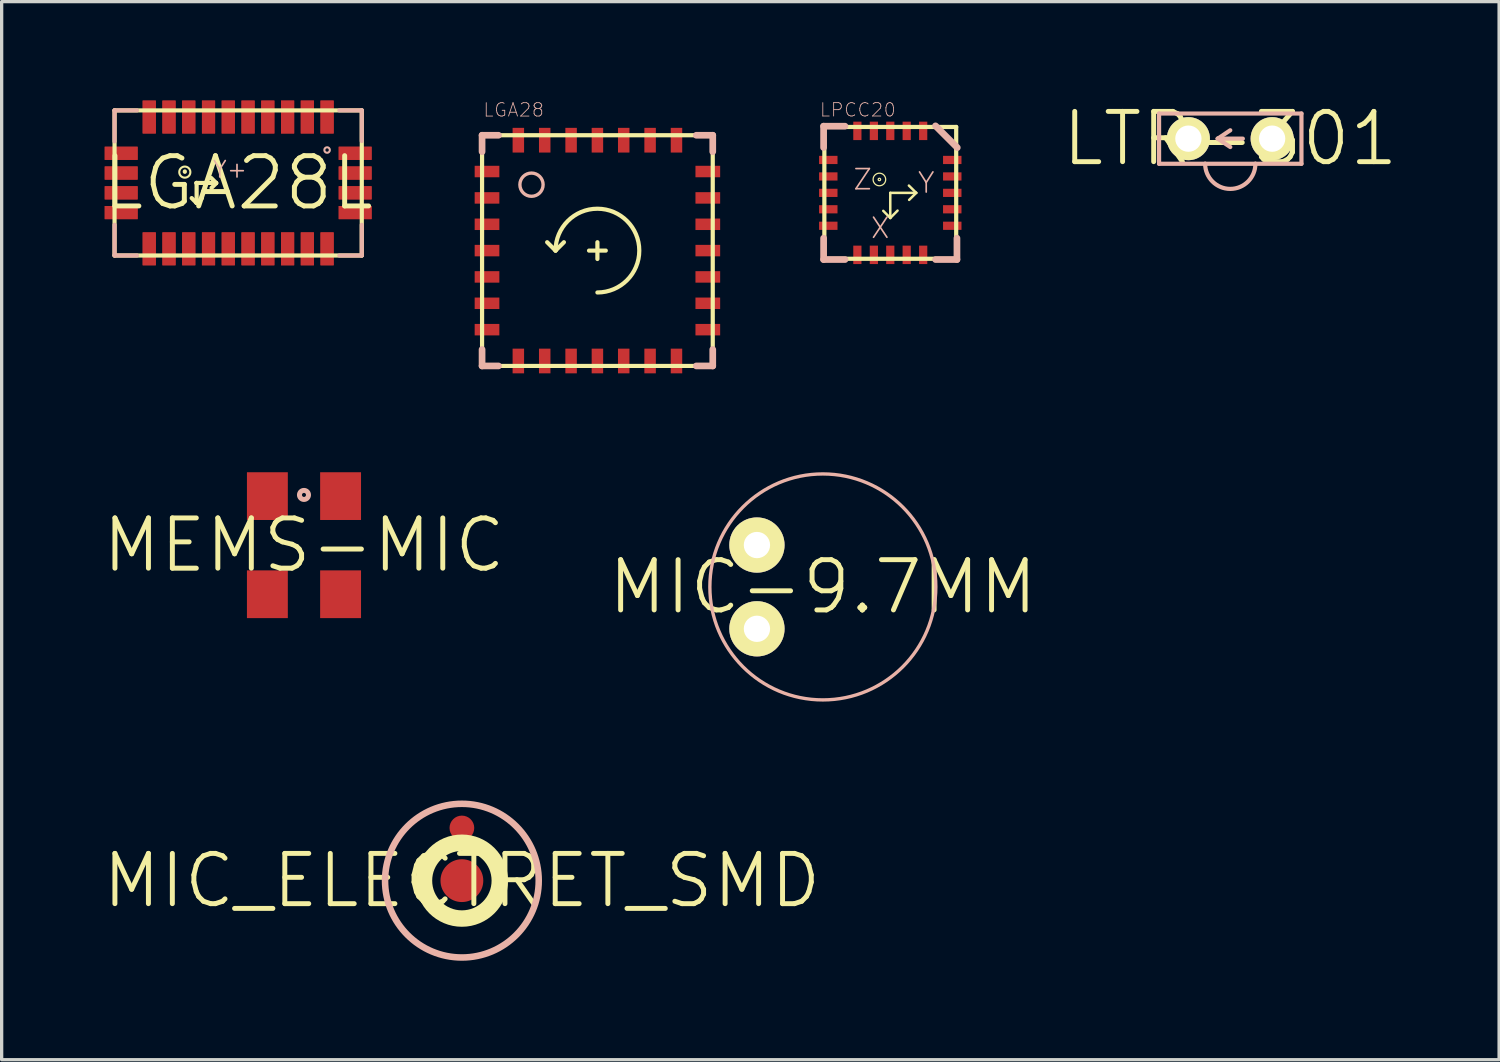
<source format=kicad_pcb>
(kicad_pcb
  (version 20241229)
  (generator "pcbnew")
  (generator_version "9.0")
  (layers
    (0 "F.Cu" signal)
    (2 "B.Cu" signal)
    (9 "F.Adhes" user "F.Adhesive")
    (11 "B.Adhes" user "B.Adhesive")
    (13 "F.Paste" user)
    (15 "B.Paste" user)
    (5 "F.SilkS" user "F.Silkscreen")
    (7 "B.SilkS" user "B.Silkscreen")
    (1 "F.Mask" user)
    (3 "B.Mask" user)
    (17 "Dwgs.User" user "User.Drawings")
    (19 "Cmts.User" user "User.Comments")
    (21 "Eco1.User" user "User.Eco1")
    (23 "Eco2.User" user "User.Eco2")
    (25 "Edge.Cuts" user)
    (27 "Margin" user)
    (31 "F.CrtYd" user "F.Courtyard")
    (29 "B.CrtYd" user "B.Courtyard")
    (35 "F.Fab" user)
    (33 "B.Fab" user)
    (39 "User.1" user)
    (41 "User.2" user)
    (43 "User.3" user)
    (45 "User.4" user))
  (footprint "LPCC20"
    (layer "F.Cu")
    (at 23.95 2.799)
    (property "Reference" "LPCC20" (at -0.983 -2.517 0) (layer "B.SilkS") (effects (font (size 0.406 0.406) (thickness 0.025))))
    (attr smd)
    (fp_line (start -1.999 -1.999) (end 1.999 -1.999) (stroke (width 0.127) (type solid)) (layer "F.SilkS"))
    (fp_line (start -1.999 1.999) (end -1.999 -1.999) (stroke (width 0.127) (type solid)) (layer "F.SilkS"))
    (fp_line (start 0 0) (end 0 0.762) (stroke (width 0.076) (type solid)) (layer "F.SilkS"))
    (fp_line (start 0 0) (end 0.787 0) (stroke (width 0.076) (type solid)) (layer "F.SilkS"))
    (fp_line (start 0 0.762) (end -0.213 0.546) (stroke (width 0.076) (type solid)) (layer "F.SilkS"))
    (fp_line (start 0 0.762) (end 0.221 0.538) (stroke (width 0.076) (type solid)) (layer "F.SilkS"))
    (fp_line (start 0.787 0) (end 0.564 -0.221) (stroke (width 0.076) (type solid)) (layer "F.SilkS"))
    (fp_line (start 0.787 0) (end 0.572 0.213) (stroke (width 0.076) (type solid)) (layer "F.SilkS"))
    (fp_line (start 1.999 -1.999) (end 1.999 1.999) (stroke (width 0.127) (type solid)) (layer "F.SilkS"))
    (fp_line (start 1.999 1.999) (end -1.999 1.999) (stroke (width 0.127) (type solid)) (layer "F.SilkS"))
    (fp_circle (center -0.33 -0.406) (end -0.465 -0.541) (stroke (width 0.038) (type solid)) (fill no) (layer "F.SilkS"))
    (fp_circle (center -0.33 -0.406) (end -0.343 -0.419) (stroke (width 0.038) (type solid)) (fill no) (layer "F.SilkS"))
    (fp_line (start -2.022 -2.022) (end -2.022 -1.374) (stroke (width 0.203) (type solid)) (layer "B.SilkS"))
    (fp_line (start -2.022 2.022) (end -2.022 1.374) (stroke (width 0.203) (type solid)) (layer "B.SilkS"))
    (fp_line (start -1.374 -2.022) (end -2.022 -2.022) (stroke (width 0.203) (type solid)) (layer "B.SilkS"))
    (fp_line (start -1.372 2.022) (end -2.022 2.022) (stroke (width 0.203) (type solid)) (layer "B.SilkS"))
    (fp_line (start 1.372 -2.032) (end 2.032 -1.372) (stroke (width 0.203) (type solid)) (layer "B.SilkS"))
    (fp_line (start 2.022 1.374) (end 2.022 2.022) (stroke (width 0.203) (type solid)) (layer "B.SilkS"))
    (fp_line (start 2.022 2.022) (end 1.374 2.022) (stroke (width 0.203) (type solid)) (layer "B.SilkS"))
    (fp_text user "X" (at -0.305 1.067 180) (layer "B.SilkS") (effects (font (size 0.61 0.61) (thickness 0.051))))
    (fp_text user "Y" (at 1.09 -0.305 0) (layer "B.SilkS") (effects (font (size 0.61 0.61) (thickness 0.051))))
    (fp_text user "Z" (at -0.838 -0.406 0) (layer "B.SilkS") (effects (font (size 0.61 0.61) (thickness 0.051))))
    (pad "1" smd rect (at 0.998 -1.88) (size 0.249 0.559) (layers "F.Cu" "F.Mask" "F.Paste"))
    (pad "2" smd rect (at 0.498 -1.88) (size 0.249 0.559) (layers "F.Cu" "F.Mask" "F.Paste"))
    (pad "3" smd rect (at 0 -1.88 180) (size 0.249 0.559) (layers "F.Cu" "F.Mask" "F.Paste"))
    (pad "4" smd rect (at -0.498 -1.88) (size 0.249 0.559) (layers "F.Cu" "F.Mask" "F.Paste"))
    (pad "5" smd rect (at -0.998 -1.88) (size 0.249 0.559) (layers "F.Cu" "F.Mask" "F.Paste"))
    (pad "6" smd rect (at -1.88 -0.998 90) (size 0.249 0.559) (layers "F.Cu" "F.Mask" "F.Paste"))
    (pad "7" smd rect (at -1.88 -0.498 90) (size 0.249 0.559) (layers "F.Cu" "F.Mask" "F.Paste"))
    (pad "8" smd rect (at -1.88 0 270) (size 0.249 0.559) (layers "F.Cu" "F.Mask" "F.Paste"))
    (pad "9" smd rect (at -1.88 0.498 90) (size 0.249 0.559) (layers "F.Cu" "F.Mask" "F.Paste"))
    (pad "10" smd rect (at -1.88 0.998 90) (size 0.249 0.559) (layers "F.Cu" "F.Mask" "F.Paste"))
    (pad "11" smd rect (at -0.998 1.88 180) (size 0.249 0.559) (layers "F.Cu" "F.Mask" "F.Paste"))
    (pad "12" smd rect (at -0.498 1.88 180) (size 0.249 0.559) (layers "F.Cu" "F.Mask" "F.Paste"))
    (pad "13" smd rect (at 0 1.88) (size 0.249 0.559) (layers "F.Cu" "F.Mask" "F.Paste"))
    (pad "14" smd rect (at 0.498 1.88 180) (size 0.249 0.559) (layers "F.Cu" "F.Mask" "F.Paste"))
    (pad "15" smd rect (at 0.998 1.88 180) (size 0.249 0.559) (layers "F.Cu" "F.Mask" "F.Paste"))
    (pad "16" smd rect (at 1.88 0.998 270) (size 0.249 0.559) (layers "F.Cu" "F.Mask" "F.Paste"))
    (pad "17" smd rect (at 1.88 0.498 270) (size 0.249 0.559) (layers "F.Cu" "F.Mask" "F.Paste"))
    (pad "18" smd rect (at 1.88 0 90) (size 0.249 0.559) (layers "F.Cu" "F.Mask" "F.Paste"))
    (pad "19" smd rect (at 1.88 -0.498 270) (size 0.249 0.559) (layers "F.Cu" "F.Mask" "F.Paste"))
    (pad "20" smd rect (at 1.88 -0.998 270) (size 0.249 0.559) (layers "F.Cu" "F.Mask" "F.Paste")))
  (footprint "MIC_ELECTRET_SMD"
    (layer "F.Cu")
    (at 10.958 23.658)
    (property "Reference" "MIC_ELECTRET_SMD" (at 0 0 0) (layer "F.SilkS") (effects (font (size 1.524 1.524) (thickness 0.15))))
    (attr smd)
    (fp_circle (center 0 0) (end -0.81 0.81) (stroke (width 0.373) (type solid)) (fill no) (layer "B.Cu"))
    (fp_circle (center 0 0) (end -0.813 0.813) (stroke (width 0.498) (type solid)) (fill no) (layer "F.SilkS"))
    (fp_circle (center 0 0) (end -0.81 0.81) (stroke (width 0.373) (type solid)) (fill no) (layer "F.SilkS"))
    (fp_circle (center 0 0) (end -1.648 1.648) (stroke (width 0.198) (type solid)) (fill no) (layer "B.SilkS"))
    (pad "1" smd circle (at 0 0) (size 1.298 1.298) (layers "F.Cu" "F.Mask" "F.Paste"))
    (pad "2" smd circle (at 0 -1.598) (size 0.749 0.749) (layers "F.Cu" "F.Mask" "F.Paste")))
  (footprint "LTR-301"
    (layer "F.Cu")
    (at 34.261 1.155)
    (property "Reference" "LTR-301" (at 0 0 0) (layer "F.SilkS") (effects (font (size 1.524 1.524) (thickness 0.15))))
    (attr exclude_from_pos_files exclude_from_bom)
    (fp_line (start -2.159 -0.762) (end 2.159 -0.762) (stroke (width 0.127) (type solid)) (layer "B.SilkS"))
    (fp_line (start -2.159 0.762) (end -2.159 -0.762) (stroke (width 0.127) (type solid)) (layer "B.SilkS"))
    (fp_line (start -0.762 0.762) (end -2.159 0.762) (stroke (width 0.127) (type solid)) (layer "B.SilkS"))
    (fp_line (start -0.381 0) (end 0.381 0) (stroke (width 0.127) (type solid)) (layer "B.SilkS"))
    (fp_line (start 0 -0.254) (end -0.381 0) (stroke (width 0.127) (type solid)) (layer "B.SilkS"))
    (fp_line (start 0 0.254) (end -0.381 0) (stroke (width 0.127) (type solid)) (layer "B.SilkS"))
    (fp_line (start 0.762 0.762) (end -0.762 0.762) (stroke (width 0.127) (type solid)) (layer "B.SilkS"))
    (fp_line (start 2.159 -0.762) (end 2.159 0.762) (stroke (width 0.127) (type solid)) (layer "B.SilkS"))
    (fp_line (start 2.159 0.762) (end 0.762 0.762) (stroke (width 0.127) (type solid)) (layer "B.SilkS"))
    (fp_arc (start 0.762 0.762) (mid 0 1.524) (end -0.762 0.762) (stroke (width 0.127) (type solid)) (layer "B.SilkS"))
    (pad "C" thru_hole circle (at 1.27 0) (size 1.306 1.306) (drill 0.798) (layers "*.Cu" "F.Mask" "F.SilkS" "F.Paste"))
    (pad "E" thru_hole circle (at -1.27 0) (size 1.306 1.306) (drill 0.798) (layers "*.Cu" "F.Mask" "F.SilkS" "F.Paste")))
  (footprint "MIC-9.7MM"
    (layer "F.Cu")
    (at 21.905 14.75)
    (property "Reference" "MIC-9.7MM" (at 0 0 0) (layer "F.SilkS") (effects (font (size 1.524 1.524) (thickness 0.15))))
    (attr exclude_from_pos_files exclude_from_bom)
    (fp_circle (center 0 0) (end -2.423 2.423) (stroke (width 0.102) (type solid)) (fill no) (layer "B.SilkS"))
    (pad "1" thru_hole circle (at -1.999 -1.27) (size 1.676 1.676) (drill 0.798) (layers "*.Cu" "F.Mask" "F.SilkS" "F.Paste"))
    (pad "2" thru_hole circle (at -1.999 1.27) (size 1.676 1.676) (drill 0.798) (layers "*.Cu" "F.Mask" "F.SilkS" "F.Paste")))
  (footprint "MEMS-MIC"
    (layer "F.Cu")
    (at 6.169 13.484)
    (property "Reference" "MEMS-MIC" (at 0 0 0) (layer "F.SilkS") (effects (font (size 1.524 1.524) (thickness 0.15))))
    (attr smd)
    (fp_circle (center 0 -1.524) (end -0.043 -1.567) (stroke (width 0.152) (type solid)) (fill no) (layer "B.SilkS"))
    (pad "1" smd rect (at -1.11 -1.488) (size 1.24 1.448) (layers "F.Cu" "F.Mask" "F.Paste"))
    (pad "2" smd rect (at -1.11 1.488) (size 1.24 1.448) (layers "F.Cu" "F.Mask" "F.Paste"))
    (pad "3" smd rect (at 1.11 1.488) (size 1.24 1.448) (layers "F.Cu" "F.Mask" "F.Paste"))
    (pad "4" smd rect (at 1.11 -1.488) (size 1.24 1.448) (layers "F.Cu" "F.Mask" "F.Paste")))
  (footprint "LGA28"
    (layer "F.Cu")
    (at 15.068 4.55)
    (property "Reference" "LGA28" (at -2.54 -4.267 0) (layer "B.SilkS") (effects (font (size 0.406 0.406) (thickness 0.025))))
    (attr smd)
    (fp_line (start -3.498 -3.498) (end 3.498 -3.498) (stroke (width 0.127) (type solid)) (layer "F.SilkS"))
    (fp_line (start -3.498 3.498) (end -3.498 -3.498) (stroke (width 0.127) (type solid)) (layer "F.SilkS"))
    (fp_line (start -1.27 0) (end -1.524 -0.254) (stroke (width 0.127) (type solid)) (layer "F.SilkS"))
    (fp_line (start -1.27 0) (end -1.016 -0.254) (stroke (width 0.127) (type solid)) (layer "F.SilkS"))
    (fp_line (start 0 -0.254) (end 0 0.254) (stroke (width 0.127) (type solid)) (layer "F.SilkS"))
    (fp_line (start 0.254 0) (end -0.254 0) (stroke (width 0.127) (type solid)) (layer "F.SilkS"))
    (fp_line (start 3.498 -3.498) (end 3.498 3.498) (stroke (width 0.127) (type solid)) (layer "F.SilkS"))
    (fp_line (start 3.498 3.498) (end -3.498 3.498) (stroke (width 0.127) (type solid)) (layer "F.SilkS"))
    (fp_arc (start -1.27 0) (mid 0.898026 -0.898026) (end 0 1.27) (stroke (width 0.127) (type solid)) (layer "F.SilkS"))
    (fp_line (start -3.498 -3.498) (end -3.498 -3) (stroke (width 0.203) (type solid)) (layer "B.SilkS"))
    (fp_line (start -3.498 3) (end -3.498 3.498) (stroke (width 0.203) (type solid)) (layer "B.SilkS"))
    (fp_line (start -3.498 3.498) (end -3 3.498) (stroke (width 0.203) (type solid)) (layer "B.SilkS"))
    (fp_line (start -3 -3.498) (end -3.498 -3.498) (stroke (width 0.203) (type solid)) (layer "B.SilkS"))
    (fp_line (start 3 -3.498) (end 3.498 -3.498) (stroke (width 0.203) (type solid)) (layer "B.SilkS"))
    (fp_line (start 3.498 -3.498) (end 3.498 -3) (stroke (width 0.203) (type solid)) (layer "B.SilkS"))
    (fp_line (start 3.498 3) (end 3.498 3.498) (stroke (width 0.203) (type solid)) (layer "B.SilkS"))
    (fp_line (start 3.498 3.498) (end 3 3.498) (stroke (width 0.203) (type solid)) (layer "B.SilkS"))
    (fp_circle (center -1.999 -1.999) (end -2.248 -2.248) (stroke (width 0.102) (type solid)) (fill no) (layer "B.SilkS"))
    (pad "1" smd rect (at -3.348 -2.398 270) (size 0.348 0.749) (layers "F.Cu" "F.Mask" "F.Paste"))
    (pad "2" smd rect (at -3.348 -1.598 270) (size 0.348 0.749) (layers "F.Cu" "F.Mask" "F.Paste"))
    (pad "3" smd rect (at -3.348 -0.798 270) (size 0.348 0.749) (layers "F.Cu" "F.Mask" "F.Paste"))
    (pad "4" smd rect (at -3.348 0 270) (size 0.348 0.749) (layers "F.Cu" "F.Mask" "F.Paste"))
    (pad "5" smd rect (at -3.348 0.798 270) (size 0.348 0.749) (layers "F.Cu" "F.Mask" "F.Paste"))
    (pad "6" smd rect (at -3.348 1.598 270) (size 0.348 0.749) (layers "F.Cu" "F.Mask" "F.Paste"))
    (pad "7" smd rect (at -3.348 2.398 270) (size 0.348 0.749) (layers "F.Cu" "F.Mask" "F.Paste"))
    (pad "8" smd rect (at -2.398 3.348) (size 0.348 0.749) (layers "F.Cu" "F.Mask" "F.Paste"))
    (pad "9" smd rect (at -1.598 3.348) (size 0.348 0.749) (layers "F.Cu" "F.Mask" "F.Paste"))
    (pad "10" smd rect (at -0.798 3.348) (size 0.348 0.749) (layers "F.Cu" "F.Mask" "F.Paste"))
    (pad "11" smd rect (at 0 3.348) (size 0.348 0.749) (layers "F.Cu" "F.Mask" "F.Paste"))
    (pad "12" smd rect (at 0.798 3.348) (size 0.348 0.749) (layers "F.Cu" "F.Mask" "F.Paste"))
    (pad "13" smd rect (at 1.598 3.348) (size 0.348 0.749) (layers "F.Cu" "F.Mask" "F.Paste"))
    (pad "14" smd rect (at 2.398 3.348) (size 0.348 0.749) (layers "F.Cu" "F.Mask" "F.Paste"))
    (pad "15" smd rect (at 3.348 2.398 90) (size 0.348 0.749) (layers "F.Cu" "F.Mask" "F.Paste"))
    (pad "16" smd rect (at 3.348 1.598 90) (size 0.348 0.749) (layers "F.Cu" "F.Mask" "F.Paste"))
    (pad "17" smd rect (at 3.348 0.798 90) (size 0.348 0.749) (layers "F.Cu" "F.Mask" "F.Paste"))
    (pad "18" smd rect (at 3.348 0 90) (size 0.348 0.749) (layers "F.Cu" "F.Mask" "F.Paste"))
    (pad "19" smd rect (at 3.348 -0.798 90) (size 0.348 0.749) (layers "F.Cu" "F.Mask" "F.Paste"))
    (pad "20" smd rect (at 3.348 -1.598 90) (size 0.348 0.749) (layers "F.Cu" "F.Mask" "F.Paste"))
    (pad "21" smd rect (at 3.348 -2.398 90) (size 0.348 0.749) (layers "F.Cu" "F.Mask" "F.Paste"))
    (pad "22" smd rect (at 2.398 -3.348 180) (size 0.348 0.749) (layers "F.Cu" "F.Mask" "F.Paste"))
    (pad "23" smd rect (at 1.598 -3.348 180) (size 0.348 0.749) (layers "F.Cu" "F.Mask" "F.Paste"))
    (pad "24" smd rect (at 0.798 -3.348 180) (size 0.348 0.749) (layers "F.Cu" "F.Mask" "F.Paste"))
    (pad "25" smd rect (at 0 -3.348 180) (size 0.348 0.749) (layers "F.Cu" "F.Mask" "F.Paste"))
    (pad "26" smd rect (at -0.798 -3.348 180) (size 0.348 0.749) (layers "F.Cu" "F.Mask" "F.Paste"))
    (pad "27" smd rect (at -1.598 -3.348 180) (size 0.348 0.749) (layers "F.Cu" "F.Mask" "F.Paste"))
    (pad "28" smd rect (at -2.398 -3.348 180) (size 0.348 0.749) (layers "F.Cu" "F.Mask" "F.Paste")))
  (footprint "LGA28L"
    (layer "F.Cu")
    (at 4.173 2.498)
    (property "Reference" "LGA28L" (at 0 0 0) (layer "F.SilkS") (effects (font (size 1.524 1.524) (thickness 0.15))))
    (attr smd)
    (fp_line (start -3.749 -2.2) (end -3.749 2.2) (stroke (width 0.127) (type solid)) (layer "F.SilkS"))
    (fp_line (start -3.749 -2.2) (end 3.749 -2.2) (stroke (width 0.127) (type solid)) (layer "F.SilkS"))
    (fp_line (start -1.618 -0.338) (end -1.618 -0.348) (stroke (width 0.127) (type solid)) (layer "F.SilkS"))
    (fp_line (start -1.27 0) (end -1.26 0) (stroke (width 0.127) (type solid)) (layer "F.SilkS"))
    (fp_line (start -1.27 0.599) (end -1.41 0.46) (stroke (width 0.127) (type solid)) (layer "F.SilkS"))
    (fp_line (start -1.26 0) (end -1.26 0.599) (stroke (width 0.127) (type solid)) (layer "F.SilkS"))
    (fp_line (start -1.26 0) (end -0.668 0) (stroke (width 0.127) (type solid)) (layer "F.SilkS"))
    (fp_line (start -1.26 0.599) (end -1.27 0.599) (stroke (width 0.127) (type solid)) (layer "F.SilkS"))
    (fp_line (start -1.26 0.61) (end -1.25 0.61) (stroke (width 0.127) (type solid)) (layer "F.SilkS"))
    (fp_line (start -1.25 0.61) (end -1.1 0.46) (stroke (width 0.127) (type solid)) (layer "F.SilkS"))
    (fp_line (start -0.668 0) (end -0.818 -0.15) (stroke (width 0.127) (type solid)) (layer "F.SilkS"))
    (fp_line (start -0.668 0) (end -0.668 0.008) (stroke (width 0.127) (type solid)) (layer "F.SilkS"))
    (fp_line (start -0.668 0.008) (end -0.808 0.15) (stroke (width 0.127) (type solid)) (layer "F.SilkS"))
    (fp_line (start 3.749 -2.2) (end 3.749 2.2) (stroke (width 0.127) (type solid)) (layer "F.SilkS"))
    (fp_line (start 3.749 2.2) (end -3.749 2.2) (stroke (width 0.127) (type solid)) (layer "F.SilkS"))
    (fp_circle (center -1.618 -0.328) (end -1.737 -0.447) (stroke (width 0.064) (type solid)) (fill no) (layer "F.SilkS"))
    (fp_line (start -3.749 -2.2) (end -3.068 -2.2) (stroke (width 0.127) (type solid)) (layer "B.SilkS"))
    (fp_line (start -3.749 -1.26) (end -3.749 -2.2) (stroke (width 0.127) (type solid)) (layer "B.SilkS"))
    (fp_line (start -3.749 2.2) (end -3.749 1.27) (stroke (width 0.127) (type solid)) (layer "B.SilkS"))
    (fp_line (start -3.749 2.2) (end -3.068 2.2) (stroke (width 0.127) (type solid)) (layer "B.SilkS"))
    (fp_line (start 3.749 -2.2) (end 3.068 -2.2) (stroke (width 0.127) (type solid)) (layer "B.SilkS"))
    (fp_line (start 3.749 -1.27) (end 3.749 -2.2) (stroke (width 0.127) (type solid)) (layer "B.SilkS"))
    (fp_line (start 3.749 2.2) (end 3.068 2.2) (stroke (width 0.127) (type solid)) (layer "B.SilkS"))
    (fp_line (start 3.749 2.2) (end 3.749 1.27) (stroke (width 0.127) (type solid)) (layer "B.SilkS"))
    (fp_circle (center 2.697 -0.998) (end 2.756 -1.057) (stroke (width 0.064) (type solid)) (fill no) (layer "B.SilkS"))
    (fp_text user "Y+" (at -0.249 -0.409 0) (layer "B.SilkS") (effects (font (size 0.498 0.498) (thickness 0.051))))
    (pad "1" smd rect (at 2.697 -1.999 90) (size 0.998 0.399) (layers "F.Cu" "F.Mask" "F.Paste"))
    (pad "2" smd rect (at 2.098 -1.999 90) (size 0.998 0.399) (layers "F.Cu" "F.Mask" "F.Paste"))
    (pad "3" smd rect (at 1.499 -1.999 90) (size 0.998 0.399) (layers "F.Cu" "F.Mask" "F.Paste"))
    (pad "4" smd rect (at 0.899 -1.999 90) (size 0.998 0.399) (layers "F.Cu" "F.Mask" "F.Paste"))
    (pad "5" smd rect (at 0.3 -1.999 90) (size 0.998 0.399) (layers "F.Cu" "F.Mask" "F.Paste"))
    (pad "6" smd rect (at -0.3 -1.999 90) (size 0.998 0.399) (layers "F.Cu" "F.Mask" "F.Paste"))
    (pad "7" smd rect (at -0.899 -1.999 90) (size 0.998 0.399) (layers "F.Cu" "F.Mask" "F.Paste"))
    (pad "8" smd rect (at -1.499 -1.999 90) (size 0.998 0.399) (layers "F.Cu" "F.Mask" "F.Paste"))
    (pad "9" smd rect (at -2.098 -1.999 90) (size 0.998 0.399) (layers "F.Cu" "F.Mask" "F.Paste"))
    (pad "10" smd rect (at -2.697 -1.999 90) (size 0.998 0.399) (layers "F.Cu" "F.Mask" "F.Paste"))
    (pad "11" smd rect (at -3.548 -0.899) (size 0.998 0.399) (layers "F.Cu" "F.Mask" "F.Paste"))
    (pad "12" smd rect (at -3.548 -0.3) (size 0.998 0.399) (layers "F.Cu" "F.Mask" "F.Paste"))
    (pad "13" smd rect (at -3.548 0.3 180) (size 0.998 0.399) (layers "F.Cu" "F.Mask" "F.Paste"))
    (pad "14" smd rect (at -3.548 0.899) (size 0.998 0.399) (layers "F.Cu" "F.Mask" "F.Paste"))
    (pad "15" smd rect (at -2.697 1.999 270) (size 0.998 0.399) (layers "F.Cu" "F.Mask" "F.Paste"))
    (pad "16" smd rect (at -2.098 1.999 270) (size 0.998 0.399) (layers "F.Cu" "F.Mask" "F.Paste"))
    (pad "17" smd rect (at -1.499 1.999 270) (size 0.998 0.399) (layers "F.Cu" "F.Mask" "F.Paste"))
    (pad "18" smd rect (at -0.899 1.999 270) (size 0.998 0.399) (layers "F.Cu" "F.Mask" "F.Paste"))
    (pad "19" smd rect (at -0.3 1.999 270) (size 0.998 0.399) (layers "F.Cu" "F.Mask" "F.Paste"))
    (pad "20" smd rect (at 0.3 1.999 270) (size 0.998 0.399) (layers "F.Cu" "F.Mask" "F.Paste"))
    (pad "21" smd rect (at 0.899 1.999 270) (size 0.998 0.399) (layers "F.Cu" "F.Mask" "F.Paste"))
    (pad "22" smd rect (at 1.499 1.999 270) (size 0.998 0.399) (layers "F.Cu" "F.Mask" "F.Paste"))
    (pad "23" smd rect (at 2.098 1.999 270) (size 0.998 0.399) (layers "F.Cu" "F.Mask" "F.Paste"))
    (pad "24" smd rect (at 2.697 1.999 270) (size 0.998 0.399) (layers "F.Cu" "F.Mask" "F.Paste"))
    (pad "25" smd rect (at 3.548 0.899 180) (size 0.998 0.399) (layers "F.Cu" "F.Mask" "F.Paste"))
    (pad "26" smd rect (at 3.548 0.3 180) (size 0.998 0.399) (layers "F.Cu" "F.Mask" "F.Paste"))
    (pad "27" smd rect (at 3.548 -0.3) (size 0.998 0.399) (layers "F.Cu" "F.Mask" "F.Paste"))
    (pad "28" smd rect (at 3.548 -0.899 180) (size 0.998 0.399) (layers "F.Cu" "F.Mask" "F.Paste"))
    (pad "P$1" smd rect (at -2.697 -1.999 90) (size 0.998 0.399) (layers "F.Cu" "F.Mask" "F.Paste"))
    (pad "P$2" smd rect (at -2.098 -1.999 90) (size 0.998 0.399) (layers "F.Cu" "F.Mask" "F.Paste"))
    (pad "P$3" smd rect (at -1.499 -1.999 90) (size 0.998 0.399) (layers "F.Cu" "F.Mask" "F.Paste"))
    (pad "P$4" smd rect (at -0.899 -1.999 90) (size 0.998 0.399) (layers "F.Cu" "F.Mask" "F.Paste"))
    (pad "P$5" smd rect (at -0.3 -1.999 90) (size 0.998 0.399) (layers "F.Cu" "F.Mask" "F.Paste"))
    (pad "P$6" smd rect (at 0.3 -1.999 90) (size 0.998 0.399) (layers "F.Cu" "F.Mask" "F.Paste"))
    (pad "P$7" smd rect (at 0.899 -1.999 90) (size 0.998 0.399) (layers "F.Cu" "F.Mask" "F.Paste"))
    (pad "P$8" smd rect (at 1.499 -1.999 90) (size 0.998 0.399) (layers "F.Cu" "F.Mask" "F.Paste"))
    (pad "P$9" smd rect (at 2.098 -1.999 90) (size 0.998 0.399) (layers "F.Cu" "F.Mask" "F.Paste"))
    (pad "P$10" smd rect (at 2.697 -1.999 90) (size 0.998 0.399) (layers "F.Cu" "F.Mask" "F.Paste"))
    (pad "P$11" smd rect (at 3.548 -0.3) (size 0.998 0.399) (layers "F.Cu" "F.Mask" "F.Paste"))
    (pad "P$12" smd rect (at -3.548 -0.3) (size 0.998 0.399) (layers "F.Cu" "F.Mask" "F.Paste"))
    (pad "P$13" smd rect (at 3.548 -0.899 180) (size 0.998 0.399) (layers "F.Cu" "F.Mask" "F.Paste"))
    (pad "P$14" smd rect (at -3.548 -0.899) (size 0.998 0.399) (layers "F.Cu" "F.Mask" "F.Paste"))
    (pad "P$29" smd rect (at 2.697 1.999 270) (size 0.998 0.399) (layers "F.Cu" "F.Mask" "F.Paste"))
    (pad "P$30" smd rect (at 2.098 1.999 270) (size 0.998 0.399) (layers "F.Cu" "F.Mask" "F.Paste"))
    (pad "P$31" smd rect (at 1.499 1.999 270) (size 0.998 0.399) (layers "F.Cu" "F.Mask" "F.Paste"))
    (pad "P$32" smd rect (at 0.899 1.999 270) (size 0.998 0.399) (layers "F.Cu" "F.Mask" "F.Paste"))
    (pad "P$33" smd rect (at 0.3 1.999 270) (size 0.998 0.399) (layers "F.Cu" "F.Mask" "F.Paste"))
    (pad "P$34" smd rect (at -0.3 1.999 270) (size 0.998 0.399) (layers "F.Cu" "F.Mask" "F.Paste"))
    (pad "P$35" smd rect (at -0.899 1.999 270) (size 0.998 0.399) (layers "F.Cu" "F.Mask" "F.Paste"))
    (pad "P$36" smd rect (at -1.499 1.999 270) (size 0.998 0.399) (layers "F.Cu" "F.Mask" "F.Paste"))
    (pad "P$37" smd rect (at -2.098 1.999 270) (size 0.998 0.399) (layers "F.Cu" "F.Mask" "F.Paste"))
    (pad "P$38" smd rect (at -2.697 1.999 270) (size 0.998 0.399) (layers "F.Cu" "F.Mask" "F.Paste"))
    (pad "P$39" smd rect (at -3.548 0.3 180) (size 0.998 0.399) (layers "F.Cu" "F.Mask" "F.Paste"))
    (pad "P$40" smd rect (at -3.548 0.899) (size 0.998 0.399) (layers "F.Cu" "F.Mask" "F.Paste"))
    (pad "P$41" smd rect (at 3.548 0.3 180) (size 0.998 0.399) (layers "F.Cu" "F.Mask" "F.Paste"))
    (pad "P$42" smd rect (at 3.548 0.899 180) (size 0.998 0.399) (layers "F.Cu" "F.Mask" "F.Paste")))
  (gr_rect
    (start -3 -3)
    (end 42.414 29.088)
    (stroke (width 0.1) (type default))
    (fill no)
    (layer "Edge.Cuts")))
</source>
